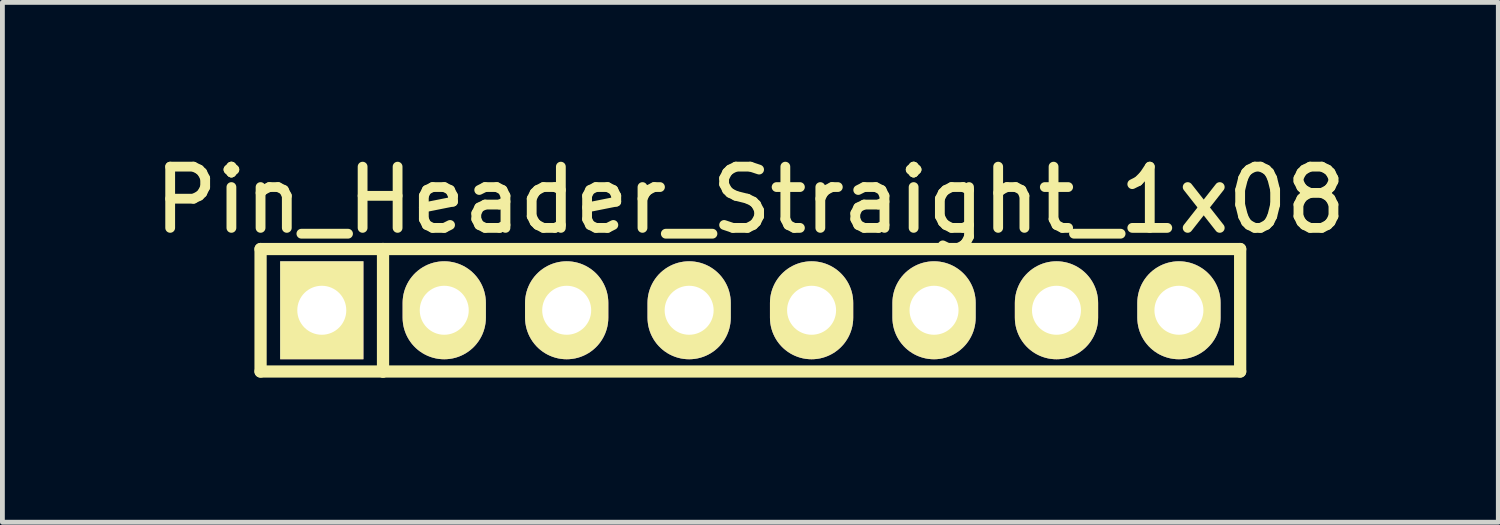
<source format=kicad_pcb>
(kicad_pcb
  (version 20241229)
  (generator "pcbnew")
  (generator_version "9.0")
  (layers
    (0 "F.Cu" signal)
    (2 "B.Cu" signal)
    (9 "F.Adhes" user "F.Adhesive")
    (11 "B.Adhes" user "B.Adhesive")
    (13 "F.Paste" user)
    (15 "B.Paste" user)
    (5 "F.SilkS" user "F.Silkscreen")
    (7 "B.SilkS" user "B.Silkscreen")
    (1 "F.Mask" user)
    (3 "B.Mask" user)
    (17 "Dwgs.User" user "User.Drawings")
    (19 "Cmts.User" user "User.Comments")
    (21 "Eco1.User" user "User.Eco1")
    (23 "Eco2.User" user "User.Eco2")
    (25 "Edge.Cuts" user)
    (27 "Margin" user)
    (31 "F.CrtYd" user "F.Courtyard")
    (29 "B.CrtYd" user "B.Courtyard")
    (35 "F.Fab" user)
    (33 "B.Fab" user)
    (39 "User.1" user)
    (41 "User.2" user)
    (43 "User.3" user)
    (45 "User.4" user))
  (footprint "Pin_Header_Straight_1x08"
    (layer "F.Cu")
    (at 12.515 3.386)
    (property "Reference" "Pin_Header_Straight_1x08" (at 0 -2.286 0) (layer "F.SilkS") (effects (font (size 1.27 1.27) (thickness 0.203))))
    (attr through_hole)
    (fp_line (start -10.16 -1.27) (end -10.16 1.27) (stroke (width 0.254) (type solid)) (layer "F.SilkS"))
    (fp_line (start -10.16 -1.27) (end -7.62 -1.27) (stroke (width 0.254) (type solid)) (layer "F.SilkS"))
    (fp_line (start -10.16 1.27) (end -7.62 1.27) (stroke (width 0.254) (type solid)) (layer "F.SilkS"))
    (fp_line (start -7.62 -1.27) (end -7.62 1.27) (stroke (width 0.254) (type solid)) (layer "F.SilkS"))
    (fp_line (start -7.62 -1.27) (end 10.16 -1.27) (stroke (width 0.254) (type solid)) (layer "F.SilkS"))
    (fp_line (start 10.16 -1.27) (end 10.16 1.27) (stroke (width 0.254) (type solid)) (layer "F.SilkS"))
    (fp_line (start 10.16 1.27) (end -7.62 1.27) (stroke (width 0.254) (type solid)) (layer "F.SilkS"))
    (pad "1" thru_hole rect (at -8.89 0) (size 1.727 2.032) (drill 1.016) (layers "*.Cu" "*.Mask" "F.SilkS"))
    (pad "2" thru_hole oval (at -6.35 0) (size 1.727 2.032) (drill 1.016) (layers "*.Cu" "*.Mask" "F.SilkS"))
    (pad "3" thru_hole oval (at -3.81 0) (size 1.727 2.032) (drill 1.016) (layers "*.Cu" "*.Mask" "F.SilkS"))
    (pad "4" thru_hole oval (at -1.27 0) (size 1.727 2.032) (drill 1.016) (layers "*.Cu" "*.Mask" "F.SilkS"))
    (pad "5" thru_hole oval (at 1.27 0) (size 1.727 2.032) (drill 1.016) (layers "*.Cu" "*.Mask" "F.SilkS"))
    (pad "6" thru_hole oval (at 3.81 0) (size 1.727 2.032) (drill 1.016) (layers "*.Cu" "*.Mask" "F.SilkS"))
    (pad "7" thru_hole oval (at 6.35 0) (size 1.727 2.032) (drill 1.016) (layers "*.Cu" "*.Mask" "F.SilkS"))
    (pad "8" thru_hole oval (at 8.89 0) (size 1.727 2.032) (drill 1.016) (layers "*.Cu" "*.Mask" "F.SilkS")))
  (gr_rect
    (start -3 -3)
    (end 28.03 7.783)
    (stroke (width 0.1) (type default))
    (fill no)
    (layer "Edge.Cuts")))
</source>
